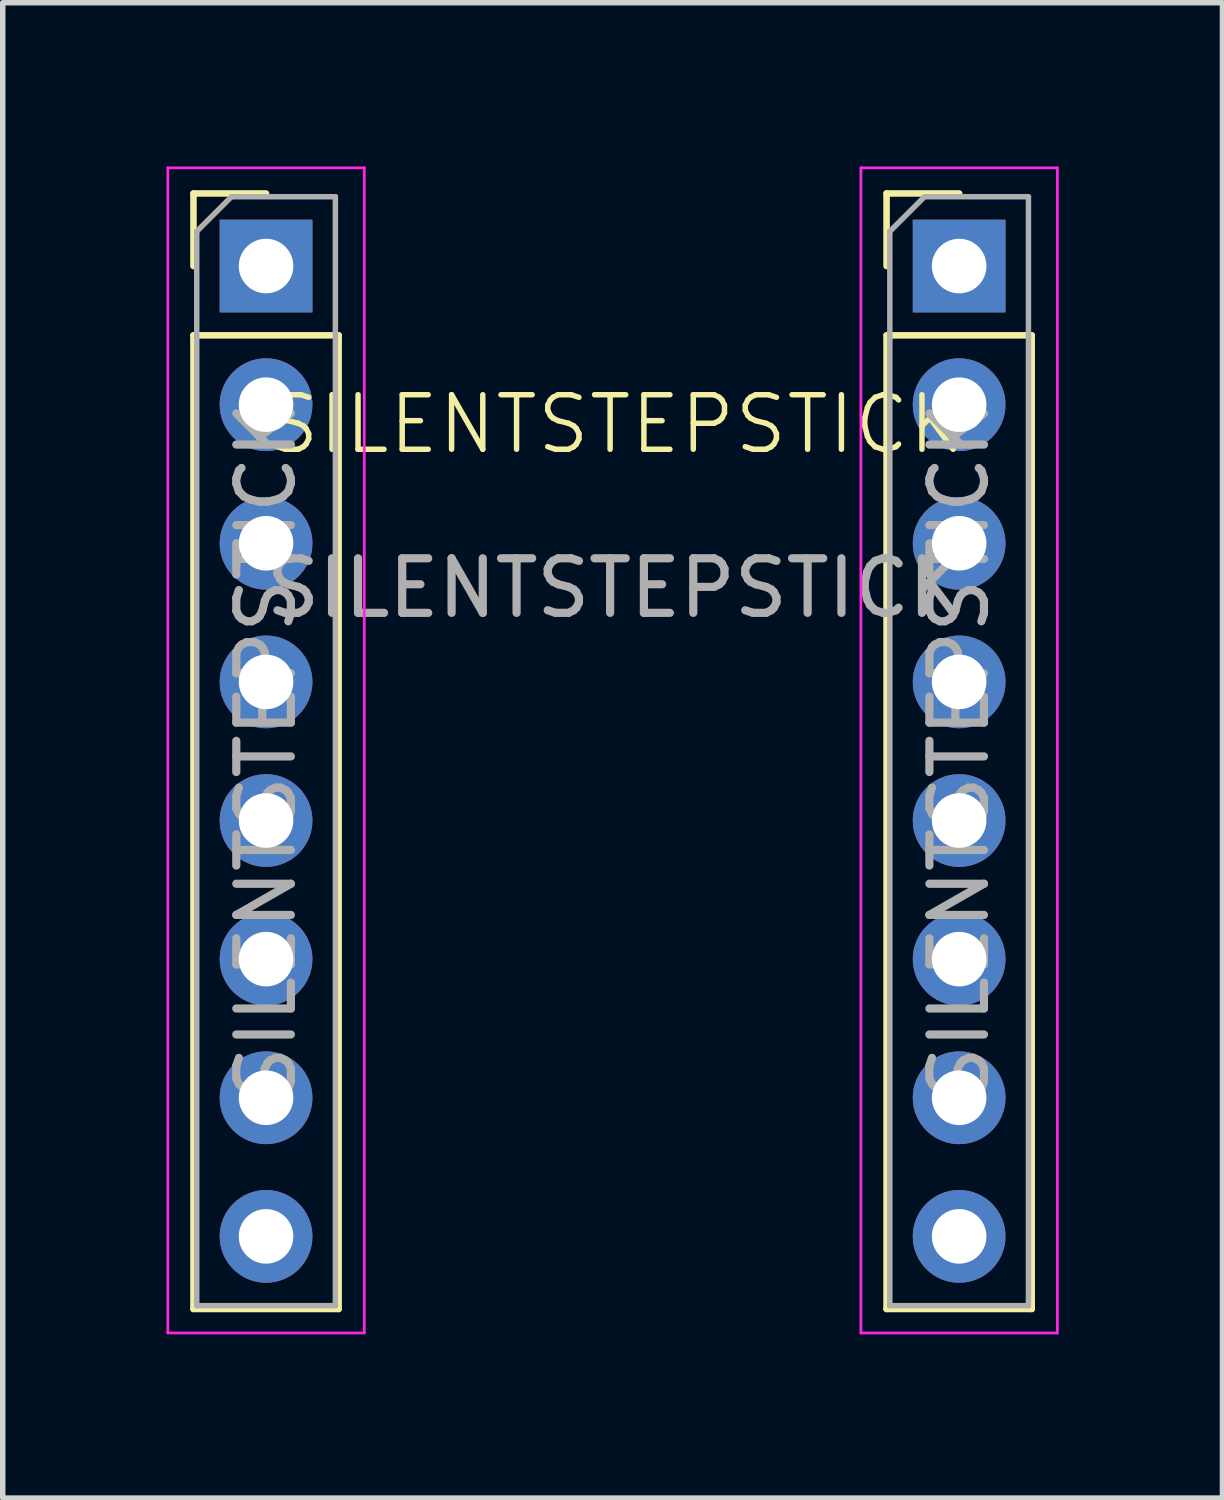
<source format=kicad_pcb>
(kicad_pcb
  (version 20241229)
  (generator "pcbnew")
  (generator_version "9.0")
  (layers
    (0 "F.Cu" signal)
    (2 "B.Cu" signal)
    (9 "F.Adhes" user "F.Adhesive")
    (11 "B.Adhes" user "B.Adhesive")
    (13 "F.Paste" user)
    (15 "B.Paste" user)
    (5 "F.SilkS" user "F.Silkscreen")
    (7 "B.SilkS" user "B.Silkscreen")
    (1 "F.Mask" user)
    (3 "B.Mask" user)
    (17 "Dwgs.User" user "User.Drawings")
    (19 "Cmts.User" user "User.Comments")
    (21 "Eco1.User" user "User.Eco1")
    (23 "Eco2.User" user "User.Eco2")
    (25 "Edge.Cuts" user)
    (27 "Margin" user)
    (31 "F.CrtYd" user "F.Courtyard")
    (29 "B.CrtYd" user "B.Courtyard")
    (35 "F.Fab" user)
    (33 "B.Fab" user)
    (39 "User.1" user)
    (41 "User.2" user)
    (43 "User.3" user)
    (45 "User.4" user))
  (footprint "SILENTSTEPSTICK"
    (layer "F.Cu")
    (at 8.225 5.225)
    (property "Reference" "SILENTSTEPSTICK" (at 0 -0.5 0) (unlocked yes) (layer "F.SilkS") (effects (font (size 1 1) (thickness 0.1))))
    (attr through_hole)
    (fp_line (start -7.73 -4.73) (end -6.4 -4.73) (stroke (width 0.12) (type solid)) (layer "F.SilkS"))
    (fp_line (start -7.73 -3.4) (end -7.73 -4.73) (stroke (width 0.12) (type solid)) (layer "F.SilkS"))
    (fp_line (start -7.73 -2.13) (end -7.73 15.71) (stroke (width 0.12) (type solid)) (layer "F.SilkS"))
    (fp_line (start -7.73 -2.13) (end -5.07 -2.13) (stroke (width 0.12) (type solid)) (layer "F.SilkS"))
    (fp_line (start -7.73 15.71) (end -5.07 15.71) (stroke (width 0.12) (type solid)) (layer "F.SilkS"))
    (fp_line (start -5.07 -2.13) (end -5.07 15.71) (stroke (width 0.12) (type solid)) (layer "F.SilkS"))
    (fp_line (start 4.97 -4.73) (end 6.3 -4.73) (stroke (width 0.12) (type solid)) (layer "F.SilkS"))
    (fp_line (start 4.97 -3.4) (end 4.97 -4.73) (stroke (width 0.12) (type solid)) (layer "F.SilkS"))
    (fp_line (start 4.97 -2.13) (end 4.97 15.71) (stroke (width 0.12) (type solid)) (layer "F.SilkS"))
    (fp_line (start 4.97 -2.13) (end 7.63 -2.13) (stroke (width 0.12) (type solid)) (layer "F.SilkS"))
    (fp_line (start 4.97 15.71) (end 7.63 15.71) (stroke (width 0.12) (type solid)) (layer "F.SilkS"))
    (fp_line (start 7.63 -2.13) (end 7.63 15.71) (stroke (width 0.12) (type solid)) (layer "F.SilkS"))
    (fp_line (start -8.2 -5.2) (end -8.2 16.15) (stroke (width 0.05) (type solid)) (layer "F.CrtYd"))
    (fp_line (start -8.2 16.15) (end -4.6 16.15) (stroke (width 0.05) (type solid)) (layer "F.CrtYd"))
    (fp_line (start -4.6 -5.2) (end -8.2 -5.2) (stroke (width 0.05) (type solid)) (layer "F.CrtYd"))
    (fp_line (start -4.6 16.15) (end -4.6 -5.2) (stroke (width 0.05) (type solid)) (layer "F.CrtYd"))
    (fp_line (start 4.5 -5.2) (end 4.5 16.15) (stroke (width 0.05) (type solid)) (layer "F.CrtYd"))
    (fp_line (start 4.5 16.15) (end 8.1 16.15) (stroke (width 0.05) (type solid)) (layer "F.CrtYd"))
    (fp_line (start 8.1 -5.2) (end 4.5 -5.2) (stroke (width 0.05) (type solid)) (layer "F.CrtYd"))
    (fp_line (start 8.1 16.15) (end 8.1 -5.2) (stroke (width 0.05) (type solid)) (layer "F.CrtYd"))
    (fp_line (start -7.67 -4.035) (end -7.035 -4.67) (stroke (width 0.1) (type solid)) (layer "F.Fab"))
    (fp_line (start -7.67 15.65) (end -7.67 -4.035) (stroke (width 0.1) (type solid)) (layer "F.Fab"))
    (fp_line (start -7.035 -4.67) (end -5.13 -4.67) (stroke (width 0.1) (type solid)) (layer "F.Fab"))
    (fp_line (start -5.13 -4.67) (end -5.13 15.65) (stroke (width 0.1) (type solid)) (layer "F.Fab"))
    (fp_line (start -5.13 15.65) (end -7.67 15.65) (stroke (width 0.1) (type solid)) (layer "F.Fab"))
    (fp_line (start 5.03 -4.035) (end 5.665 -4.67) (stroke (width 0.1) (type solid)) (layer "F.Fab"))
    (fp_line (start 5.03 15.65) (end 5.03 -4.035) (stroke (width 0.1) (type solid)) (layer "F.Fab"))
    (fp_line (start 5.665 -4.67) (end 7.57 -4.67) (stroke (width 0.1) (type solid)) (layer "F.Fab"))
    (fp_line (start 7.57 -4.67) (end 7.57 15.65) (stroke (width 0.1) (type solid)) (layer "F.Fab"))
    (fp_line (start 7.57 15.65) (end 5.03 15.65) (stroke (width 0.1) (type solid)) (layer "F.Fab"))
    (fp_text user "${REFERENCE}" (at 6.3 5.49 90) (layer "F.Fab") (effects (font (size 1 1) (thickness 0.15))))
    (fp_text user "${REFERENCE}" (at -6.4 5.49 90) (layer "F.Fab") (effects (font (size 1 1) (thickness 0.15))))
    (fp_text user "${REFERENCE}" (at 0 2.5 0) (unlocked yes) (layer "F.Fab") (effects (font (size 1 1) (thickness 0.15))))
    (pad "1" thru_hole rect (at -6.4 -3.4) (size 1.7 1.7) (drill 1) (layers "*.Cu" "*.Mask"))
    (pad "2" thru_hole oval (at -6.4 -0.86) (size 1.7 1.7) (drill 1) (layers "*.Cu" "*.Mask"))
    (pad "3" thru_hole oval (at -6.4 1.68) (size 1.7 1.7) (drill 1) (layers "*.Cu" "*.Mask"))
    (pad "4" thru_hole oval (at -6.4 4.22) (size 1.7 1.7) (drill 1) (layers "*.Cu" "*.Mask"))
    (pad "5" thru_hole oval (at -6.4 6.76) (size 1.7 1.7) (drill 1) (layers "*.Cu" "*.Mask"))
    (pad "6" thru_hole oval (at -6.4 9.3) (size 1.7 1.7) (drill 1) (layers "*.Cu" "*.Mask"))
    (pad "7" thru_hole oval (at -6.4 11.84) (size 1.7 1.7) (drill 1) (layers "*.Cu" "*.Mask"))
    (pad "8" thru_hole oval (at -6.4 14.38) (size 1.7 1.7) (drill 1) (layers "*.Cu" "*.Mask"))
    (pad "9" thru_hole oval (at 6.3 14.38) (size 1.7 1.7) (drill 1) (layers "*.Cu" "*.Mask"))
    (pad "10" thru_hole oval (at 6.3 11.84) (size 1.7 1.7) (drill 1) (layers "*.Cu" "*.Mask"))
    (pad "11" thru_hole oval (at 6.3 9.3) (size 1.7 1.7) (drill 1) (layers "*.Cu" "*.Mask"))
    (pad "12" thru_hole oval (at 6.3 6.76) (size 1.7 1.7) (drill 1) (layers "*.Cu" "*.Mask"))
    (pad "13" thru_hole oval (at 6.3 4.22) (size 1.7 1.7) (drill 1) (layers "*.Cu" "*.Mask"))
    (pad "14" thru_hole oval (at 6.3 1.68) (size 1.7 1.7) (drill 1) (layers "*.Cu" "*.Mask"))
    (pad "15" thru_hole oval (at 6.3 -0.86) (size 1.7 1.7) (drill 1) (layers "*.Cu" "*.Mask"))
    (pad "16" thru_hole rect (at 6.3 -3.4) (size 1.7 1.7) (drill 1) (layers "*.Cu" "*.Mask")))
  (gr_rect
    (start -3 -3)
    (end 19.35 24.4)
    (stroke (width 0.1) (type default))
    (fill no)
    (layer "Edge.Cuts")))
</source>
